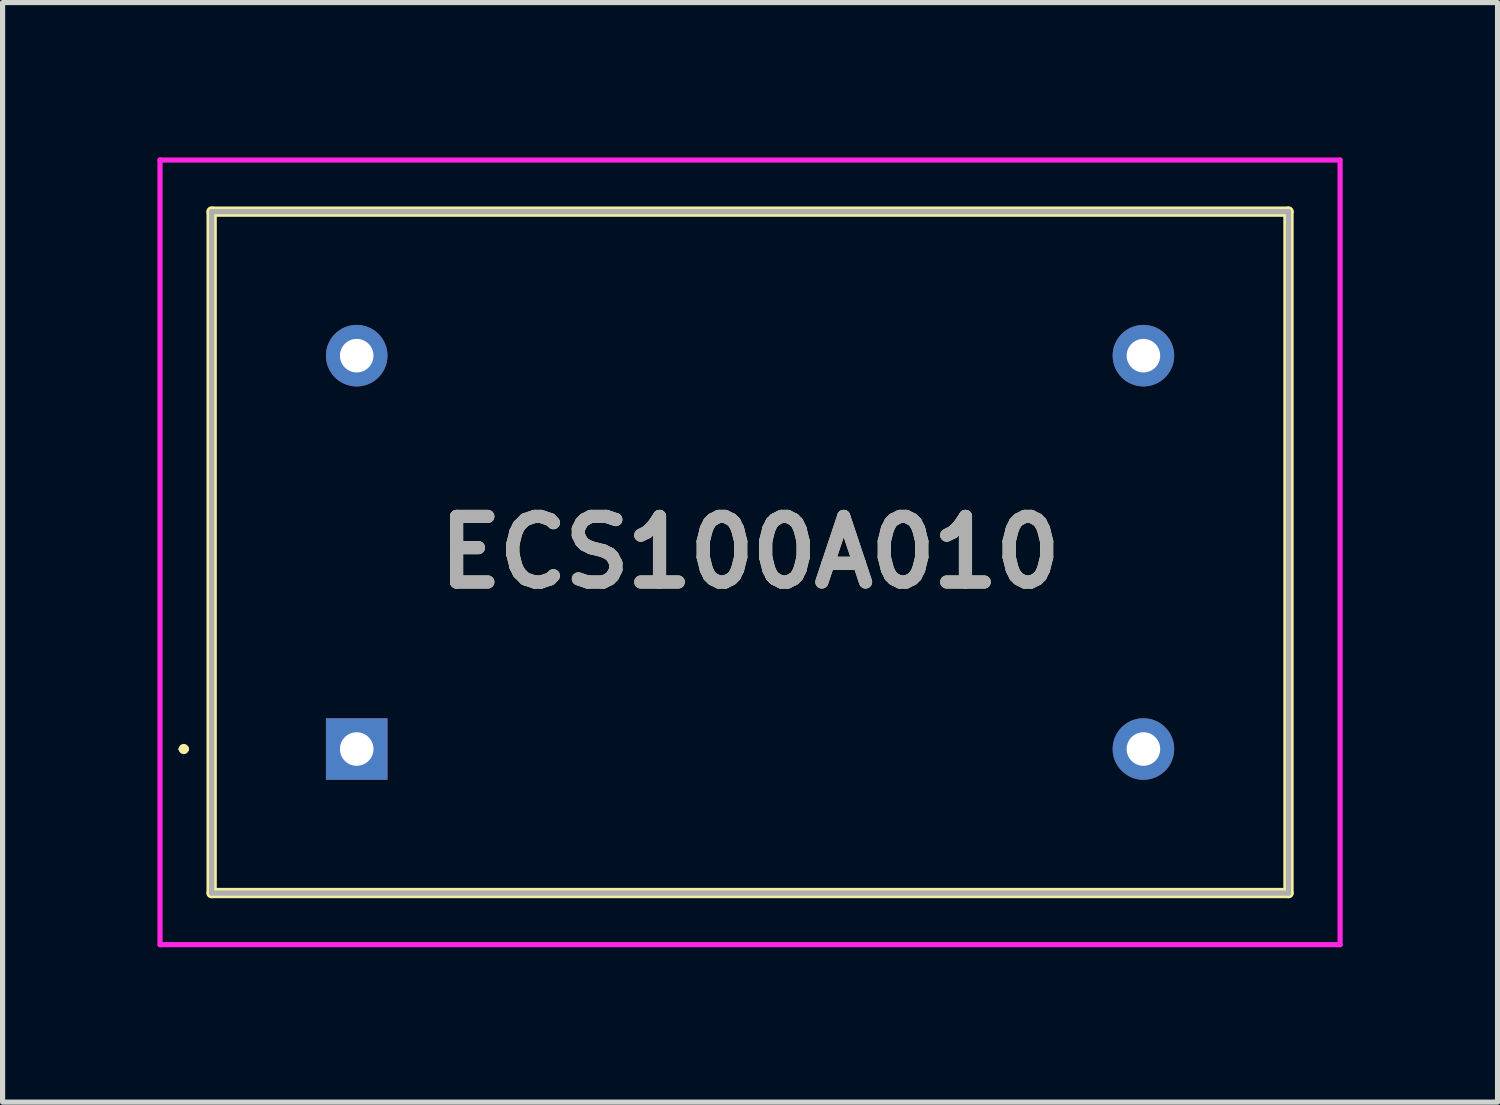
<source format=kicad_pcb>
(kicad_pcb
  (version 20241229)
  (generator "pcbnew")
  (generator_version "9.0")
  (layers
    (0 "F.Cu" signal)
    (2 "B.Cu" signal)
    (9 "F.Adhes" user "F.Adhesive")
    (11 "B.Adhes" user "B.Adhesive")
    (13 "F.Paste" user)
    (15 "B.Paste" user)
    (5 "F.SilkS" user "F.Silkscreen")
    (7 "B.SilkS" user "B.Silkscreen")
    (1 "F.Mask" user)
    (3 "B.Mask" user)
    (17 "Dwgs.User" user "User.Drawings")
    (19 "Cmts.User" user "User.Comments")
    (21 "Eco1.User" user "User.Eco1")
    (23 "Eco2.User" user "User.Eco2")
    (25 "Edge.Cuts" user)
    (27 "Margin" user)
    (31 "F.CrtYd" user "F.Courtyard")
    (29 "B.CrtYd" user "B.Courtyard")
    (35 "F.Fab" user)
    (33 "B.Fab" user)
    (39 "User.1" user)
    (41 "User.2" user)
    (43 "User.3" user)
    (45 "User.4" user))
  (footprint "ECS100A010"
    (layer "F.Cu")
    (at 3.86 11.46)
    (property "Reference" "ECS100A010" (at 7.62 -3.81 0) (layer "F.SilkS") (effects (font (size 1.27 1.27) (thickness 0.254))))
    (attr through_hole)
    (fp_line (start -3.4 0) (end -3.4 0) (stroke (width 0.1) (type solid)) (layer "F.SilkS"))
    (fp_line (start -3.3 0) (end -3.3 0) (stroke (width 0.1) (type solid)) (layer "F.SilkS"))
    (fp_line (start -2.81 -10.41) (end -2.81 2.79) (stroke (width 0.2) (type solid)) (layer "F.SilkS"))
    (fp_line (start -2.81 2.79) (end 18.05 2.79) (stroke (width 0.2) (type solid)) (layer "F.SilkS"))
    (fp_line (start 18.05 -10.41) (end -2.81 -10.41) (stroke (width 0.2) (type solid)) (layer "F.SilkS"))
    (fp_line (start 18.05 2.79) (end 18.05 -10.41) (stroke (width 0.2) (type solid)) (layer "F.SilkS"))
    (fp_arc (start -3.4 0) (mid -3.35 -0.05) (end -3.3 0) (stroke (width 0.1) (type solid)) (layer "F.SilkS"))
    (fp_arc (start -3.3 0) (mid -3.35 0.05) (end -3.4 0) (stroke (width 0.1) (type solid)) (layer "F.SilkS"))
    (fp_line (start -3.81 -11.41) (end -3.81 3.79) (stroke (width 0.1) (type solid)) (layer "F.CrtYd"))
    (fp_line (start -3.81 3.79) (end 19.05 3.79) (stroke (width 0.1) (type solid)) (layer "F.CrtYd"))
    (fp_line (start 19.05 -11.41) (end -3.81 -11.41) (stroke (width 0.1) (type solid)) (layer "F.CrtYd"))
    (fp_line (start 19.05 3.79) (end 19.05 -11.41) (stroke (width 0.1) (type solid)) (layer "F.CrtYd"))
    (fp_line (start -2.81 -10.41) (end -2.81 2.79) (stroke (width 0.1) (type solid)) (layer "F.Fab"))
    (fp_line (start -2.81 2.79) (end 18.05 2.79) (stroke (width 0.1) (type solid)) (layer "F.Fab"))
    (fp_line (start 18.05 -10.41) (end -2.81 -10.41) (stroke (width 0.1) (type solid)) (layer "F.Fab"))
    (fp_line (start 18.05 2.79) (end 18.05 -10.41) (stroke (width 0.1) (type solid)) (layer "F.Fab"))
    (fp_text user "${REFERENCE}" (at 7.62 -3.81 0) (layer "F.Fab") (effects (font (size 1.27 1.27) (thickness 0.254))))
    (pad "1" thru_hole rect (at 0 0) (size 1.192 1.192) (drill 0.65) (layers "*.Cu" "*.Mask"))
    (pad "7" thru_hole circle (at 15.24 0) (size 1.192 1.192) (drill 0.65) (layers "*.Cu" "*.Mask"))
    (pad "8" thru_hole circle (at 15.24 -7.62) (size 1.192 1.192) (drill 0.65) (layers "*.Cu" "*.Mask"))
    (pad "14" thru_hole circle (at 0 -7.62) (size 1.192 1.192) (drill 0.65) (layers "*.Cu" "*.Mask")))
  (gr_rect
    (start -3 -3)
    (end 25.96 18.3)
    (stroke (width 0.1) (type default))
    (fill no)
    (layer "Edge.Cuts")))
</source>
